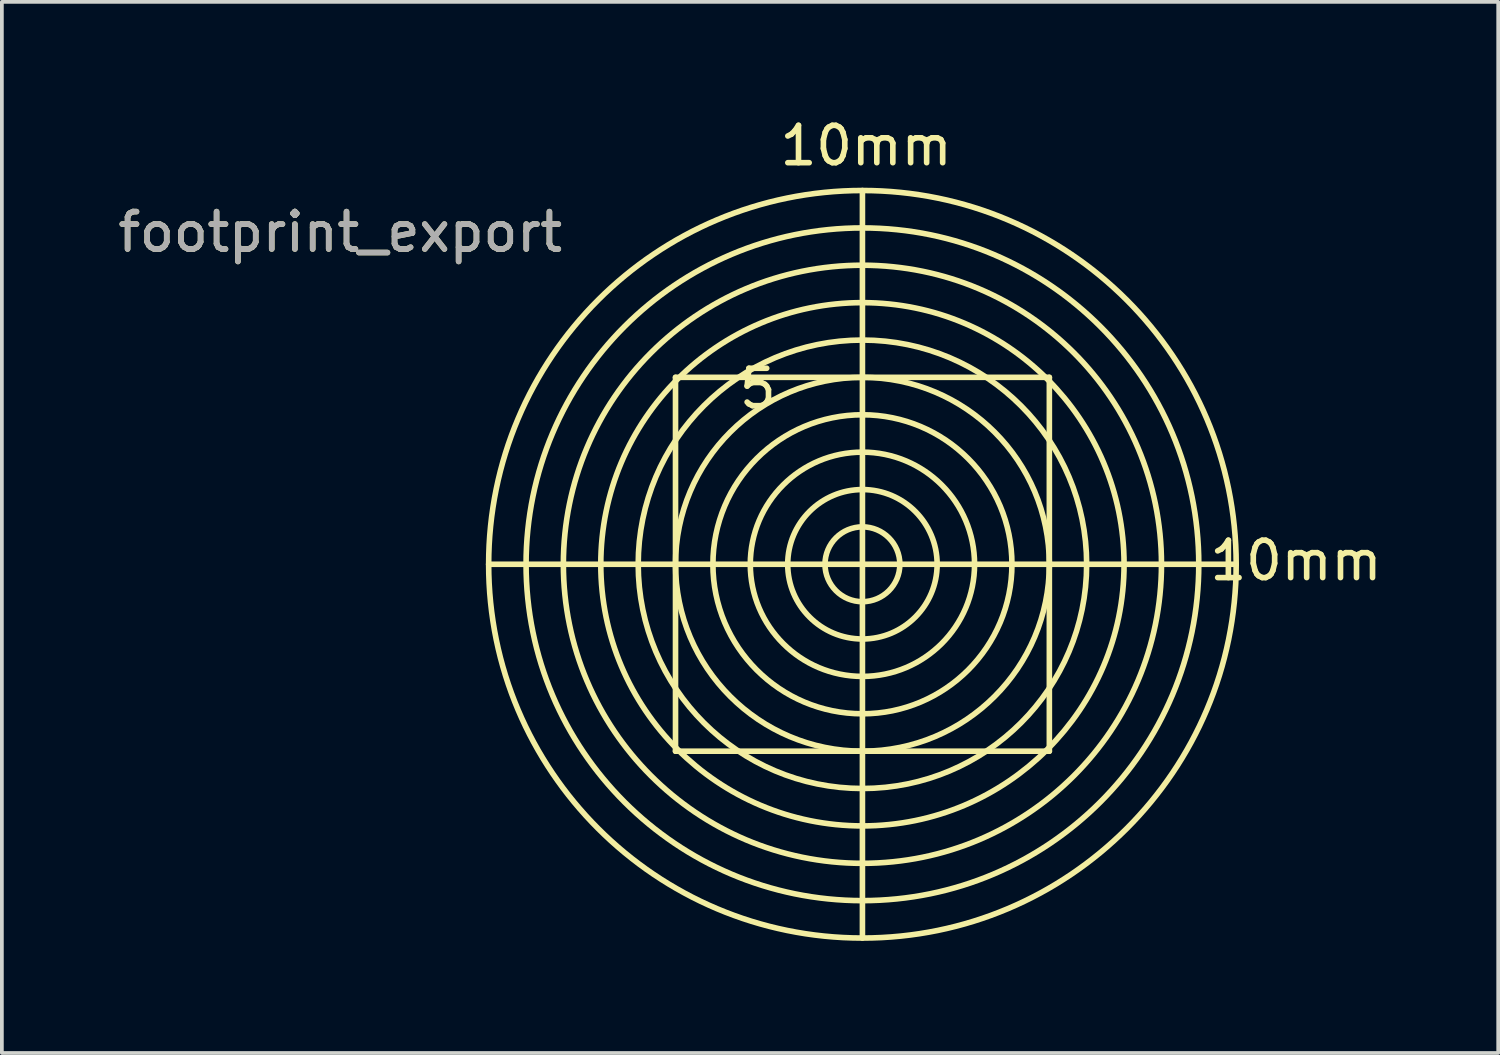
<source format=kicad_pcb>
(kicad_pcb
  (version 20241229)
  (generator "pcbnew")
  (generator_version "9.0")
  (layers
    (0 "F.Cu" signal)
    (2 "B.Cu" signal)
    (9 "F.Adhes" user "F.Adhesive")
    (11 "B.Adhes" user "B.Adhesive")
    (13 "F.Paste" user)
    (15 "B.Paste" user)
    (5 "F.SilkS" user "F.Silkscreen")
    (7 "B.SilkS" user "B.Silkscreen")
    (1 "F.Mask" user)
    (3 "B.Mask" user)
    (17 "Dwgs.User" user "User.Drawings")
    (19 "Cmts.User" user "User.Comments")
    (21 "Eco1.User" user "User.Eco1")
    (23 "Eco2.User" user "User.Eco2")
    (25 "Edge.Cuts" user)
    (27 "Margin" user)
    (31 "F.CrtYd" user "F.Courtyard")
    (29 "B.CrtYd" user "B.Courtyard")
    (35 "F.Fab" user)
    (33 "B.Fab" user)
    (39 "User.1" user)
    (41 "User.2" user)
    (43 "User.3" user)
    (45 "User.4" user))
  (footprint "footprint_export"
    (layer "F.Cu")
    (at 20.024 12.047)
    (property "Reference" "footprint_export" (at -13.97 -8.89 0) (layer "F.SilkS") (effects (font (size 1 1) (thickness 0.15))))
    (attr exclude_from_pos_files exclude_from_bom)
    (fp_line (start -5.001 -5.001) (end -5.001 0) (stroke (width 0.15) (type solid)) (layer "F.SilkS"))
    (fp_line (start -5.001 5.001) (end -5.001 0) (stroke (width 0.15) (type solid)) (layer "F.SilkS"))
    (fp_line (start -1.999 0) (end -10 0) (stroke (width 0.15) (type solid)) (layer "F.SilkS"))
    (fp_line (start 0 -5.001) (end -5.001 -5.001) (stroke (width 0.15) (type solid)) (layer "F.SilkS"))
    (fp_line (start 0 -5.001) (end 5.001 -5.001) (stroke (width 0.15) (type solid)) (layer "F.SilkS"))
    (fp_line (start 0 0) (end -1.999 0) (stroke (width 0.15) (type solid)) (layer "F.SilkS"))
    (fp_line (start 0 0) (end 0 -10) (stroke (width 0.15) (type solid)) (layer "F.SilkS"))
    (fp_line (start 0 0) (end 0 1.999) (stroke (width 0.15) (type solid)) (layer "F.SilkS"))
    (fp_line (start 0 0) (end 10 0) (stroke (width 0.15) (type solid)) (layer "F.SilkS"))
    (fp_line (start 0 1.999) (end 0 10) (stroke (width 0.15) (type solid)) (layer "F.SilkS"))
    (fp_line (start 0 5.001) (end -5.001 5.001) (stroke (width 0.15) (type solid)) (layer "F.SilkS"))
    (fp_line (start 5.001 -5.001) (end 5.001 0) (stroke (width 0.15) (type solid)) (layer "F.SilkS"))
    (fp_line (start 5.001 0) (end 5.001 5.001) (stroke (width 0.15) (type solid)) (layer "F.SilkS"))
    (fp_line (start 5.001 5.001) (end 0 5.001) (stroke (width 0.15) (type solid)) (layer "F.SilkS"))
    (fp_circle (center 0 0) (end 0 -8.999) (stroke (width 0.15) (type solid)) (fill no) (layer "F.SilkS"))
    (fp_circle (center 0 0) (end 0 -8.001) (stroke (width 0.15) (type solid)) (fill no) (layer "F.SilkS"))
    (fp_circle (center 0 0) (end 0 -7) (stroke (width 0.15) (type solid)) (fill no) (layer "F.SilkS"))
    (fp_circle (center 0 0) (end 0 -5.999) (stroke (width 0.15) (type solid)) (fill no) (layer "F.SilkS"))
    (fp_circle (center 0 0) (end 0 -4) (stroke (width 0.15) (type solid)) (fill no) (layer "F.SilkS"))
    (fp_circle (center 0 0) (end 0 -3) (stroke (width 0.15) (type solid)) (fill no) (layer "F.SilkS"))
    (fp_circle (center 0 0) (end 0 -1.999) (stroke (width 0.15) (type solid)) (fill no) (layer "F.SilkS"))
    (fp_circle (center 0 0) (end 0 -1.001) (stroke (width 0.15) (type solid)) (fill no) (layer "F.SilkS"))
    (fp_circle (center 0 0) (end 5.001 0) (stroke (width 0.15) (type solid)) (fill no) (layer "F.SilkS"))
    (fp_circle (center 0 0) (end 10 0) (stroke (width 0.15) (type solid)) (fill no) (layer "F.SilkS"))
    (fp_text user "10mm" (at 11.6 -0.099 0) (layer "F.SilkS") (effects (font (size 1 1) (thickness 0.15))))
    (fp_text user "5" (at -2.799 -4.699 0) (layer "F.SilkS") (effects (font (size 1 1) (thickness 0.15))))
    (fp_text user "10mm" (at 0.099 -11.199 0) (layer "F.SilkS") (effects (font (size 1 1) (thickness 0.15))))
    (fp_text user "${REFERENCE}" (at -13.97 -8.89 0) (layer "F.Fab") (effects (font (size 1 1) (thickness 0.15)))))
  (gr_rect
    (start -3 -3)
    (end 37.034 25.122)
    (stroke (width 0.1) (type default))
    (fill no)
    (layer "Edge.Cuts")))
</source>
